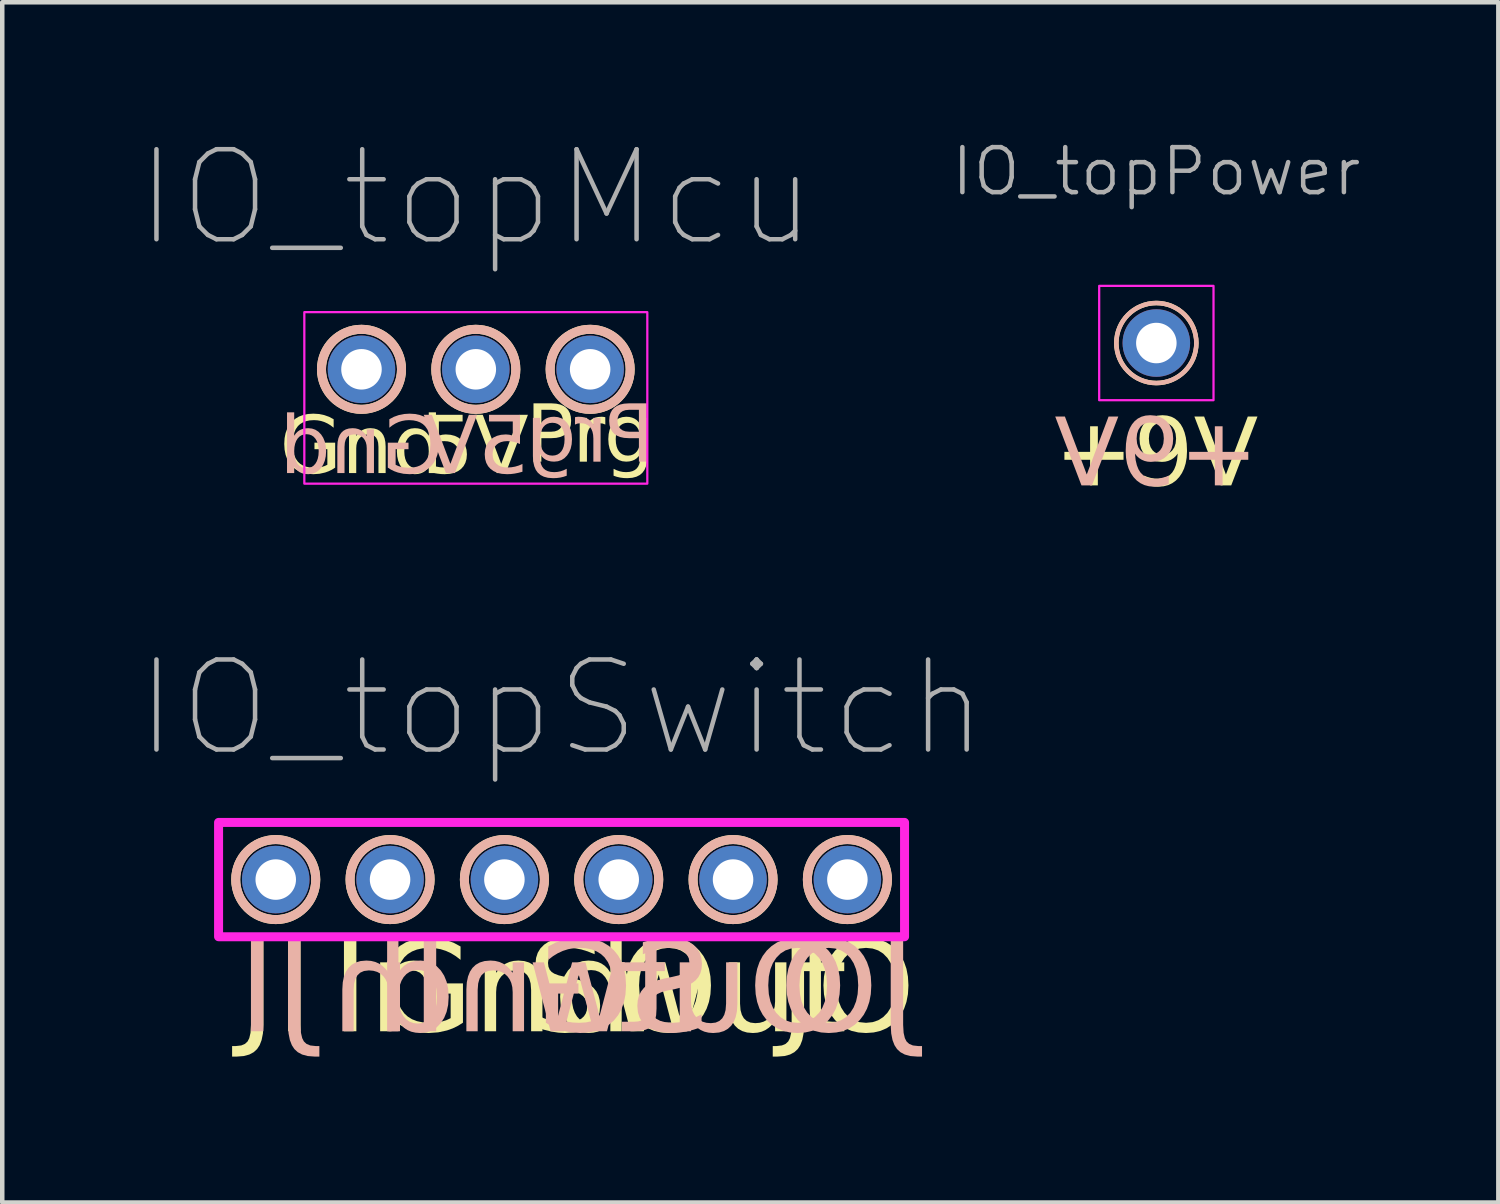
<source format=kicad_pcb>
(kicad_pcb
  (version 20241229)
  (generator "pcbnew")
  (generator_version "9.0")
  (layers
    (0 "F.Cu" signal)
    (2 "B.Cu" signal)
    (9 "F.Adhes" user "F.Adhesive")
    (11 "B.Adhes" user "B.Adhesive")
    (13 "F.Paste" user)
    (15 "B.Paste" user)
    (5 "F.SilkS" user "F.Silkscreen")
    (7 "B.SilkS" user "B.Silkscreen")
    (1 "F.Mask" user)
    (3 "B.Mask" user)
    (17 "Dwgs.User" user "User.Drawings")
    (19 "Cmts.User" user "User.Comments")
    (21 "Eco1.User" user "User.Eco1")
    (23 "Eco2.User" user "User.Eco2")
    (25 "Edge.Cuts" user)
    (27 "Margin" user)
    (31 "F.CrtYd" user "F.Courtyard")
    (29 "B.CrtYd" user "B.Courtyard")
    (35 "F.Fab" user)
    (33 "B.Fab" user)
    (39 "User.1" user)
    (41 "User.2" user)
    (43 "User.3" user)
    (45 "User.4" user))
  (footprint "IO_topPower"
    (layer "F.Cu")
    (at 22.64 4.571)
    (property "Reference" "IO_topPower" (at 0 -3.81 0) (unlocked yes) (layer "F.Fab") (effects (font (size 1 1) (thickness 0.1))))
    (attr through_hole)
    (fp_circle (center 0 0) (end 0 -0.889) (stroke (width 0.1) (type default)) (fill no) (layer "F.SilkS"))
    (fp_circle (center 0 0) (end 0 -0.889) (stroke (width 0.1) (type default)) (fill no) (layer "B.SilkS"))
    (fp_rect (start -1.27 -1.27) (end 1.27 1.27) (stroke (width 0.05) (type default)) (fill no) (layer "F.CrtYd"))
    (fp_text user "+9V" (at 0 2.54 0) (unlocked yes) (layer "F.SilkS") (effects (font (face "Milk Run") (size 1.5 1.5) (thickness 0.15))))
    (fp_text user "+9V" (at 0 2.54 0) (unlocked yes) (layer "B.SilkS") (effects (font (face "Milk Run") (size 1.5 1.5) (thickness 0.15)) (justify mirror)))
    (pad "1" thru_hole circle (at 0 0) (size 1.5 1.5) (drill 0.9) (layers "*.Cu" "*.Mask")))
  (footprint "IO_topMcu"
    (layer "F.Cu")
    (at 7.521 5.155)
    (property "Reference" "IO_topMcu" (at 0 -3.81 0) (unlocked yes) (layer "F.Fab") (effects (font (size 2 2) (thickness 0.1))))
    (attr through_hole)
    (fp_circle (center -2.54 0) (end -3.429 0) (stroke (width 0.2) (type default)) (fill no) (layer "F.SilkS"))
    (fp_circle (center 0 0) (end -0.889 0) (stroke (width 0.2) (type default)) (fill no) (layer "F.SilkS"))
    (fp_circle (center 2.54 0) (end 1.651 0) (stroke (width 0.2) (type default)) (fill no) (layer "F.SilkS"))
    (fp_circle (center -2.54 0) (end -1.651 0) (stroke (width 0.2) (type default)) (fill no) (layer "B.SilkS"))
    (fp_circle (center 0 0) (end 0.889 0) (stroke (width 0.2) (type default)) (fill no) (layer "B.SilkS"))
    (fp_circle (center 2.54 0) (end 3.429 0) (stroke (width 0.2) (type default)) (fill no) (layer "B.SilkS"))
    (fp_rect (start -3.81 -1.27) (end 3.81 2.54) (stroke (width 0.05) (type default)) (fill no) (layer "F.CrtYd"))
    (fp_text user "Gnd" (at -2.54 1.778 0) (unlocked yes) (layer "F.SilkS") (effects (font (face "Milk Run") (size 1.27 1.27) (thickness 0.15))))
    (fp_text user "Prg" (at 2.54 1.524 0) (unlocked yes) (layer "F.SilkS") (effects (font (face "Milk Run") (size 1.27 1.27) (thickness 0.15))))
    (fp_text user "5V" (at 0 1.778 0) (unlocked yes) (layer "F.SilkS") (effects (font (face "Milk Run") (size 1.27 1.27) (thickness 0.15))))
    (fp_text user "Prg" (at 2.54 1.524 0) (unlocked yes) (layer "B.SilkS") (effects (font (face "Milk Run") (size 1.27 1.27) (thickness 0.15)) (justify mirror)))
    (fp_text user "Gnd" (at -2.54 1.778 0) (unlocked yes) (layer "B.SilkS") (effects (font (face "Milk Run") (size 1.27 1.27) (thickness 0.15)) (justify mirror)))
    (fp_text user "5V" (at 0 1.778 0) (unlocked yes) (layer "B.SilkS") (effects (font (face "Milk Run") (size 1.27 1.27) (thickness 0.15)) (justify mirror)))
    (pad "1" thru_hole circle (at -2.54 0) (size 1.5 1.5) (drill 0.9) (layers "*.Cu" "*.Mask"))
    (pad "2" thru_hole circle (at 0 0) (size 1.5 1.5) (drill 0.9) (layers "*.Cu" "*.Mask"))
    (pad "3" thru_hole circle (at 2.54 0) (size 1.5 1.5) (drill 0.9) (layers "*.Cu" "*.Mask")))
  (footprint "IO_topSwitch"
    (layer "F.Cu")
    (at 9.426 16.491)
    (property "Reference" "IO_topSwitch" (at 0 -3.81 0) (unlocked yes) (layer "F.Fab") (effects (font (size 2 2) (thickness 0.1))))
    (attr through_hole)
    (fp_circle (center -6.35 0) (end -7.239 0) (stroke (width 0.2) (type default)) (fill no) (layer "F.SilkS"))
    (fp_circle (center -3.81 0) (end -4.699 0) (stroke (width 0.2) (type default)) (fill no) (layer "F.SilkS"))
    (fp_circle (center -1.27 0) (end -2.159 0) (stroke (width 0.2) (type default)) (fill no) (layer "F.SilkS"))
    (fp_circle (center 1.27 0) (end 0.381 0) (stroke (width 0.2) (type default)) (fill no) (layer "F.SilkS"))
    (fp_circle (center 3.81 0) (end 2.921 0) (stroke (width 0.2) (type default)) (fill no) (layer "F.SilkS"))
    (fp_circle (center 6.35 0) (end 5.461 0) (stroke (width 0.2) (type default)) (fill no) (layer "F.SilkS"))
    (fp_circle (center -6.35 0) (end -5.461 0) (stroke (width 0.2) (type default)) (fill no) (layer "B.SilkS"))
    (fp_circle (center -3.81 0) (end -2.921 0) (stroke (width 0.2) (type default)) (fill no) (layer "B.SilkS"))
    (fp_circle (center -1.27 0) (end -0.381 0) (stroke (width 0.2) (type default)) (fill no) (layer "B.SilkS"))
    (fp_circle (center 1.27 0) (end 2.159 0) (stroke (width 0.2) (type default)) (fill no) (layer "B.SilkS"))
    (fp_circle (center 3.81 0) (end 4.699 0) (stroke (width 0.2) (type default)) (fill no) (layer "B.SilkS"))
    (fp_circle (center 6.35 0) (end 7.239 0) (stroke (width 0.2) (type default)) (fill no) (layer "B.SilkS"))
    (fp_rect (start -7.62 -1.27) (end 7.62 1.27) (stroke (width 0.2) (type default)) (fill no) (layer "F.CrtYd"))
    (fp_text user "JI" (at -6.35 2.54 0) (unlocked yes) (layer "F.SilkS") (effects (font (face "Milk Run") (size 2 2) (thickness 0.15))))
    (fp_text user "In" (at -3.81 2.54 0) (unlocked yes) (layer "F.SilkS") (effects (font (face "Milk Run") (size 2 2) (thickness 0.15))))
    (fp_text user "Sw" (at 1.27 2.54 0) (unlocked yes) (layer "F.SilkS") (effects (font (face "Milk Run") (size 2 2) (thickness 0.15))))
    (fp_text user "JO" (at 6.35 2.54 0) (unlocked yes) (layer "F.SilkS") (effects (font (face "Milk Run") (size 2 2) (thickness 0.15))))
    (fp_text user "Gnd" (at -1.27 2.54 0) (unlocked yes) (layer "F.SilkS") (effects (font (face "Milk Run") (size 2 2) (thickness 0.15))))
    (fp_text user "Out" (at 3.81 2.54 0) (unlocked yes) (layer "F.SilkS") (effects (font (face "Milk Run") (size 2 2) (thickness 0.15))))
    (fp_text user "JI" (at -6.35 2.54 0) (unlocked yes) (layer "B.SilkS") (effects (font (face "Milk Run") (size 2 2) (thickness 0.15)) (justify mirror)))
    (fp_text user "JO" (at 6.35 2.54 0) (unlocked yes) (layer "B.SilkS") (effects (font (face "Milk Run") (size 2 2) (thickness 0.15)) (justify mirror)))
    (fp_text user "Sw" (at 1.27 2.54 0) (unlocked yes) (layer "B.SilkS") (effects (font (face "Milk Run") (size 2 2) (thickness 0.15)) (justify mirror)))
    (fp_text user "Gnd" (at -1.27 2.54 0) (unlocked yes) (layer "B.SilkS") (effects (font (face "Milk Run") (size 2 2) (thickness 0.15)) (justify mirror)))
    (fp_text user "Out" (at 3.81 2.54 0) (unlocked yes) (layer "B.SilkS") (effects (font (face "Milk Run") (size 2 2) (thickness 0.15)) (justify mirror)))
    (fp_text user "In" (at -3.81 2.54 0) (unlocked yes) (layer "B.SilkS") (effects (font (face "Milk Run") (size 2 2) (thickness 0.15)) (justify mirror)))
    (pad "1" thru_hole circle (at -6.35 0) (size 1.5 1.5) (drill 0.9) (layers "*.Cu" "*.Mask"))
    (pad "2" thru_hole circle (at -3.81 0) (size 1.5 1.5) (drill 0.9) (layers "*.Cu" "*.Mask"))
    (pad "3" thru_hole circle (at -1.27 0) (size 1.5 1.5) (drill 0.9) (layers "*.Cu" "*.Mask"))
    (pad "4" thru_hole circle (at 1.27 0) (size 1.5 1.5) (drill 0.9) (layers "*.Cu" "*.Mask"))
    (pad "5" thru_hole circle (at 3.81 0) (size 1.5 1.5) (drill 0.9) (layers "*.Cu" "*.Mask"))
    (pad "6" thru_hole circle (at 6.35 0) (size 1.5 1.5) (drill 0.9) (layers "*.Cu" "*.Mask")))
  (gr_rect
    (start -3 -3)
    (end 30.238 23.665)
    (stroke (width 0.1) (type default))
    (fill no)
    (layer "Edge.Cuts")))
</source>
